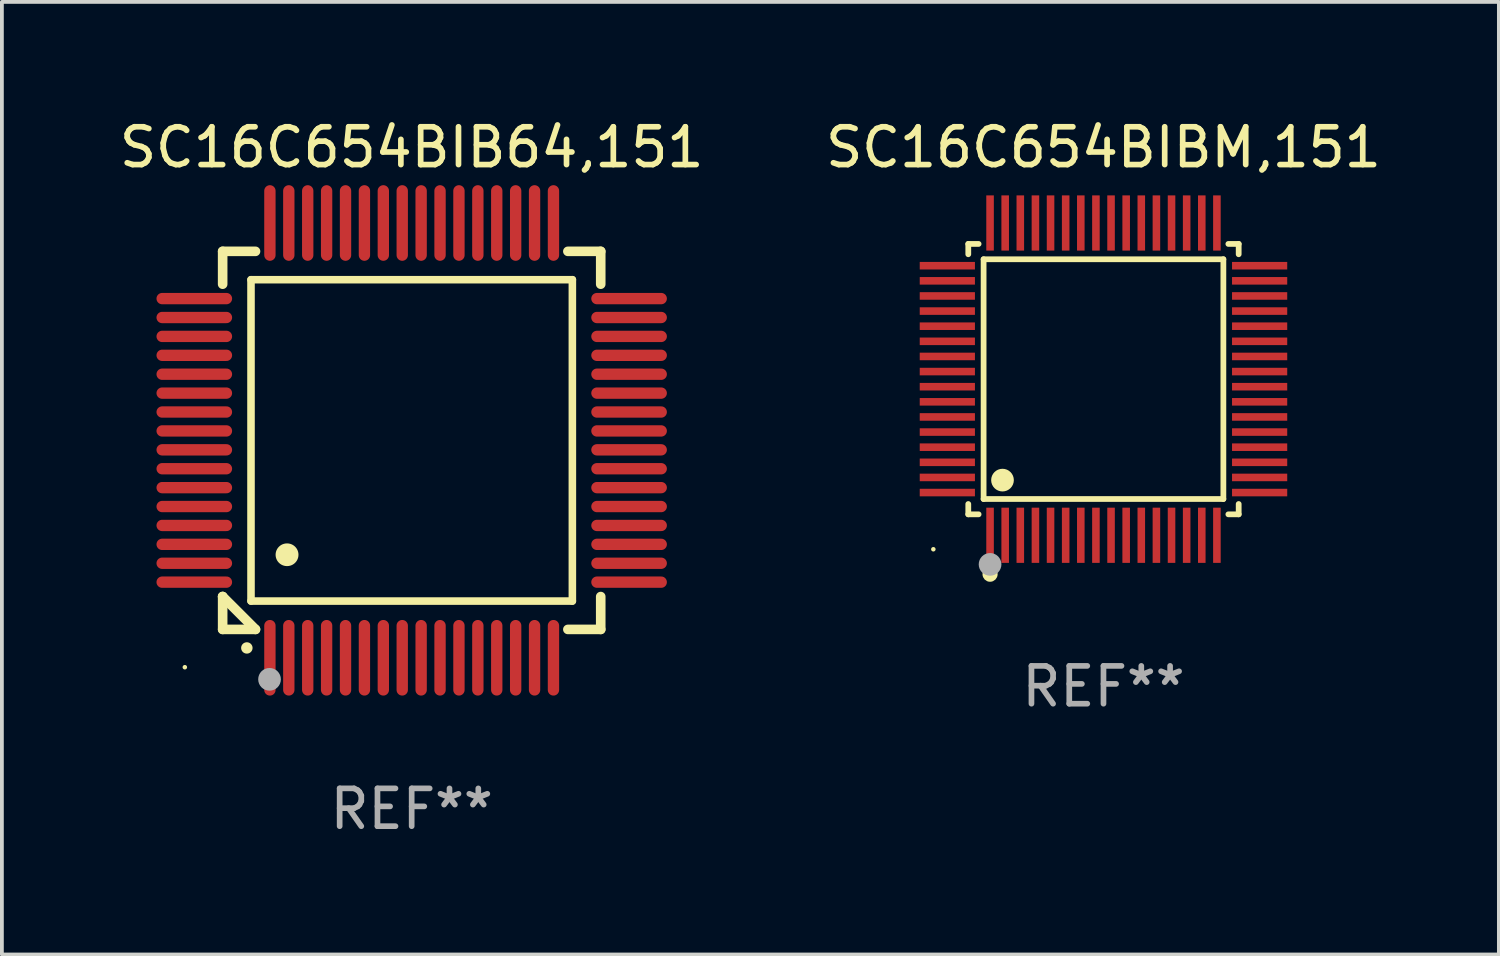
<source format=kicad_pcb>
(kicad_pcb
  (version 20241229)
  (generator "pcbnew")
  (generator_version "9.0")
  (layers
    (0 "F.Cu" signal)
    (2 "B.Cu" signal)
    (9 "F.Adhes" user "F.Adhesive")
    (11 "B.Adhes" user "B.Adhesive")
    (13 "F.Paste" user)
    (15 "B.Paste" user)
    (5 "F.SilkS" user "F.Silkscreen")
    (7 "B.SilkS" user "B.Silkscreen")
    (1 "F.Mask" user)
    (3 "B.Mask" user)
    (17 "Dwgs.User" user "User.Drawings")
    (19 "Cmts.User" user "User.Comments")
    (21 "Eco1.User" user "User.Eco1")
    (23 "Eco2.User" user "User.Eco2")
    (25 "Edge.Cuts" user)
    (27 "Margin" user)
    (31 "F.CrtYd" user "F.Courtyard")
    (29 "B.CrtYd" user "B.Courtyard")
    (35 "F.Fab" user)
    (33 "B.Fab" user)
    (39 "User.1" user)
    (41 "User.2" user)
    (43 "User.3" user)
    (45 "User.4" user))
  (footprint "SC16C654BIBM,151"
    (layer "F.Cu")
    (at 26.137 6.978)
    (property "Reference" "SC16C654BIBM,151" (at 0 -6.13 0) (layer "F.SilkS") (effects (font (size 1 1) (thickness 0.15))))
    (attr through_hole)
    (fp_line (start -3.576 -3.576) (end -3.303 -3.576) (stroke (width 0.152) (type solid)) (layer "F.SilkS"))
    (fp_line (start -3.576 -3.303) (end -3.576 -3.576) (stroke (width 0.152) (type solid)) (layer "F.SilkS"))
    (fp_line (start -3.576 3.303) (end -3.576 3.576) (stroke (width 0.152) (type solid)) (layer "F.SilkS"))
    (fp_line (start -3.576 3.576) (end -3.303 3.576) (stroke (width 0.152) (type solid)) (layer "F.SilkS"))
    (fp_line (start -3.171 -3.171) (end 3.171 -3.171) (stroke (width 0.152) (type solid)) (layer "F.SilkS"))
    (fp_line (start -3.171 3.171) (end -3.171 -3.171) (stroke (width 0.152) (type solid)) (layer "F.SilkS"))
    (fp_line (start 3.171 -3.171) (end 3.171 3.171) (stroke (width 0.152) (type solid)) (layer "F.SilkS"))
    (fp_line (start 3.171 3.171) (end -3.171 3.171) (stroke (width 0.152) (type solid)) (layer "F.SilkS"))
    (fp_line (start 3.576 -3.576) (end 3.303 -3.576) (stroke (width 0.152) (type solid)) (layer "F.SilkS"))
    (fp_line (start 3.576 -3.303) (end 3.576 -3.576) (stroke (width 0.152) (type solid)) (layer "F.SilkS"))
    (fp_line (start 3.576 3.303) (end 3.576 3.576) (stroke (width 0.152) (type solid)) (layer "F.SilkS"))
    (fp_line (start 3.576 3.576) (end 3.303 3.576) (stroke (width 0.152) (type solid)) (layer "F.SilkS"))
    (fp_circle (center -4.5 4.5) (end -4.47 4.5) (stroke (width 0.06) (type solid)) (fill no) (layer "F.SilkS"))
    (fp_circle (center -3 5.16) (end -2.9 5.16) (stroke (width 0.2) (type solid)) (fill no) (layer "F.SilkS"))
    (fp_circle (center -2.671 2.671) (end -2.521 2.671) (stroke (width 0.3) (type solid)) (fill no) (layer "F.SilkS"))
    (fp_circle (center -3 4.9) (end -2.85 4.9) (stroke (width 0.3) (type solid)) (fill no) (layer "F.Fab"))
    (fp_text user "REF**" (at 0 8.13 0) (layer "F.Fab") (effects (font (size 1 1) (thickness 0.15))))
    (pad "1" smd rect (at -3 4.13) (size 0.2 1.46) (layers "F.Cu" "F.Mask" "F.Paste"))
    (pad "2" smd rect (at -2.6 4.13) (size 0.2 1.46) (layers "F.Cu" "F.Mask" "F.Paste"))
    (pad "3" smd rect (at -2.2 4.13) (size 0.2 1.46) (layers "F.Cu" "F.Mask" "F.Paste"))
    (pad "4" smd rect (at -1.8 4.13) (size 0.2 1.46) (layers "F.Cu" "F.Mask" "F.Paste"))
    (pad "5" smd rect (at -1.4 4.13) (size 0.2 1.46) (layers "F.Cu" "F.Mask" "F.Paste"))
    (pad "6" smd rect (at -1 4.13) (size 0.2 1.46) (layers "F.Cu" "F.Mask" "F.Paste"))
    (pad "7" smd rect (at -0.6 4.13) (size 0.2 1.46) (layers "F.Cu" "F.Mask" "F.Paste"))
    (pad "8" smd rect (at -0.2 4.13) (size 0.2 1.46) (layers "F.Cu" "F.Mask" "F.Paste"))
    (pad "9" smd rect (at 0.2 4.13) (size 0.2 1.46) (layers "F.Cu" "F.Mask" "F.Paste"))
    (pad "10" smd rect (at 0.6 4.13) (size 0.2 1.46) (layers "F.Cu" "F.Mask" "F.Paste"))
    (pad "11" smd rect (at 1 4.13) (size 0.2 1.46) (layers "F.Cu" "F.Mask" "F.Paste"))
    (pad "12" smd rect (at 1.4 4.13) (size 0.2 1.46) (layers "F.Cu" "F.Mask" "F.Paste"))
    (pad "13" smd rect (at 1.8 4.13) (size 0.2 1.46) (layers "F.Cu" "F.Mask" "F.Paste"))
    (pad "14" smd rect (at 2.2 4.13) (size 0.2 1.46) (layers "F.Cu" "F.Mask" "F.Paste"))
    (pad "15" smd rect (at 2.6 4.13) (size 0.2 1.46) (layers "F.Cu" "F.Mask" "F.Paste"))
    (pad "16" smd rect (at 3 4.13) (size 0.2 1.46) (layers "F.Cu" "F.Mask" "F.Paste"))
    (pad "17" smd rect (at 4.13 3) (size 1.46 0.2) (layers "F.Cu" "F.Mask" "F.Paste"))
    (pad "18" smd rect (at 4.13 2.6) (size 1.46 0.2) (layers "F.Cu" "F.Mask" "F.Paste"))
    (pad "19" smd rect (at 4.13 2.2) (size 1.46 0.2) (layers "F.Cu" "F.Mask" "F.Paste"))
    (pad "20" smd rect (at 4.13 1.8) (size 1.46 0.2) (layers "F.Cu" "F.Mask" "F.Paste"))
    (pad "21" smd rect (at 4.13 1.4) (size 1.46 0.2) (layers "F.Cu" "F.Mask" "F.Paste"))
    (pad "22" smd rect (at 4.13 1) (size 1.46 0.2) (layers "F.Cu" "F.Mask" "F.Paste"))
    (pad "23" smd rect (at 4.13 0.6) (size 1.46 0.2) (layers "F.Cu" "F.Mask" "F.Paste"))
    (pad "24" smd rect (at 4.13 0.2) (size 1.46 0.2) (layers "F.Cu" "F.Mask" "F.Paste"))
    (pad "25" smd rect (at 4.13 -0.2) (size 1.46 0.2) (layers "F.Cu" "F.Mask" "F.Paste"))
    (pad "26" smd rect (at 4.13 -0.6) (size 1.46 0.2) (layers "F.Cu" "F.Mask" "F.Paste"))
    (pad "27" smd rect (at 4.13 -1) (size 1.46 0.2) (layers "F.Cu" "F.Mask" "F.Paste"))
    (pad "28" smd rect (at 4.13 -1.4) (size 1.46 0.2) (layers "F.Cu" "F.Mask" "F.Paste"))
    (pad "29" smd rect (at 4.13 -1.8) (size 1.46 0.2) (layers "F.Cu" "F.Mask" "F.Paste"))
    (pad "30" smd rect (at 4.13 -2.2) (size 1.46 0.2) (layers "F.Cu" "F.Mask" "F.Paste"))
    (pad "31" smd rect (at 4.13 -2.6) (size 1.46 0.2) (layers "F.Cu" "F.Mask" "F.Paste"))
    (pad "32" smd rect (at 4.13 -3) (size 1.46 0.2) (layers "F.Cu" "F.Mask" "F.Paste"))
    (pad "33" smd rect (at 3 -4.13) (size 0.2 1.46) (layers "F.Cu" "F.Mask" "F.Paste"))
    (pad "34" smd rect (at 2.6 -4.13) (size 0.2 1.46) (layers "F.Cu" "F.Mask" "F.Paste"))
    (pad "35" smd rect (at 2.2 -4.13) (size 0.2 1.46) (layers "F.Cu" "F.Mask" "F.Paste"))
    (pad "36" smd rect (at 1.8 -4.13) (size 0.2 1.46) (layers "F.Cu" "F.Mask" "F.Paste"))
    (pad "37" smd rect (at 1.4 -4.13) (size 0.2 1.46) (layers "F.Cu" "F.Mask" "F.Paste"))
    (pad "38" smd rect (at 1 -4.13) (size 0.2 1.46) (layers "F.Cu" "F.Mask" "F.Paste"))
    (pad "39" smd rect (at 0.6 -4.13) (size 0.2 1.46) (layers "F.Cu" "F.Mask" "F.Paste"))
    (pad "40" smd rect (at 0.2 -4.13) (size 0.2 1.46) (layers "F.Cu" "F.Mask" "F.Paste"))
    (pad "41" smd rect (at -0.2 -4.13) (size 0.2 1.46) (layers "F.Cu" "F.Mask" "F.Paste"))
    (pad "42" smd rect (at -0.6 -4.13) (size 0.2 1.46) (layers "F.Cu" "F.Mask" "F.Paste"))
    (pad "43" smd rect (at -1 -4.13) (size 0.2 1.46) (layers "F.Cu" "F.Mask" "F.Paste"))
    (pad "44" smd rect (at -1.4 -4.13) (size 0.2 1.46) (layers "F.Cu" "F.Mask" "F.Paste"))
    (pad "45" smd rect (at -1.8 -4.13) (size 0.2 1.46) (layers "F.Cu" "F.Mask" "F.Paste"))
    (pad "46" smd rect (at -2.2 -4.13) (size 0.2 1.46) (layers "F.Cu" "F.Mask" "F.Paste"))
    (pad "47" smd rect (at -2.6 -4.13) (size 0.2 1.46) (layers "F.Cu" "F.Mask" "F.Paste"))
    (pad "48" smd rect (at -3 -4.13) (size 0.2 1.46) (layers "F.Cu" "F.Mask" "F.Paste"))
    (pad "49" smd rect (at -4.13 -3) (size 1.46 0.2) (layers "F.Cu" "F.Mask" "F.Paste"))
    (pad "50" smd rect (at -4.13 -2.6) (size 1.46 0.2) (layers "F.Cu" "F.Mask" "F.Paste"))
    (pad "51" smd rect (at -4.13 -2.2) (size 1.46 0.2) (layers "F.Cu" "F.Mask" "F.Paste"))
    (pad "52" smd rect (at -4.13 -1.8) (size 1.46 0.2) (layers "F.Cu" "F.Mask" "F.Paste"))
    (pad "53" smd rect (at -4.13 -1.4) (size 1.46 0.2) (layers "F.Cu" "F.Mask" "F.Paste"))
    (pad "54" smd rect (at -4.13 -1) (size 1.46 0.2) (layers "F.Cu" "F.Mask" "F.Paste"))
    (pad "55" smd rect (at -4.13 -0.6) (size 1.46 0.2) (layers "F.Cu" "F.Mask" "F.Paste"))
    (pad "56" smd rect (at -4.13 -0.2) (size 1.46 0.2) (layers "F.Cu" "F.Mask" "F.Paste"))
    (pad "57" smd rect (at -4.13 0.2) (size 1.46 0.2) (layers "F.Cu" "F.Mask" "F.Paste"))
    (pad "58" smd rect (at -4.13 0.6) (size 1.46 0.2) (layers "F.Cu" "F.Mask" "F.Paste"))
    (pad "59" smd rect (at -4.13 1) (size 1.46 0.2) (layers "F.Cu" "F.Mask" "F.Paste"))
    (pad "60" smd rect (at -4.13 1.4) (size 1.46 0.2) (layers "F.Cu" "F.Mask" "F.Paste"))
    (pad "61" smd rect (at -4.13 1.8) (size 1.46 0.2) (layers "F.Cu" "F.Mask" "F.Paste"))
    (pad "62" smd rect (at -4.13 2.2) (size 1.46 0.2) (layers "F.Cu" "F.Mask" "F.Paste"))
    (pad "63" smd rect (at -4.13 2.6) (size 1.46 0.2) (layers "F.Cu" "F.Mask" "F.Paste"))
    (pad "64" smd rect (at -4.13 3) (size 1.46 0.2) (layers "F.Cu" "F.Mask" "F.Paste")))
  (footprint "SC16C654BIB64,151"
    (layer "F.Cu")
    (at 7.839 8.598)
    (property "Reference" "SC16C654BIB64,151" (at 0 -7.75 0) (layer "F.SilkS") (effects (font (size 1 1) (thickness 0.15))))
    (attr through_hole)
    (fp_line (start -5 -5) (end -4.131 -5) (stroke (width 0.254) (type solid)) (layer "F.SilkS"))
    (fp_line (start -5 -4.131) (end -5 -5) (stroke (width 0.254) (type solid)) (layer "F.SilkS"))
    (fp_line (start -5 4.131) (end -5 4.131) (stroke (width 0.254) (type solid)) (layer "F.SilkS"))
    (fp_line (start -5 5) (end -5 4.131) (stroke (width 0.254) (type solid)) (layer "F.SilkS"))
    (fp_line (start -5 4.131) (end -4.131 5) (stroke (width 0.254) (type solid)) (layer "F.SilkS"))
    (fp_line (start -4.25 -4.25) (end -4.25 4.25) (stroke (width 0.2) (type solid)) (layer "F.SilkS"))
    (fp_line (start -4.25 4.25) (end 4.25 4.25) (stroke (width 0.2) (type solid)) (layer "F.SilkS"))
    (fp_line (start -4.131 5) (end -5 5) (stroke (width 0.254) (type solid)) (layer "F.SilkS"))
    (fp_line (start 4.25 -4.25) (end -4.25 -4.25) (stroke (width 0.2) (type solid)) (layer "F.SilkS"))
    (fp_line (start 4.25 4.25) (end 4.25 -4.25) (stroke (width 0.2) (type solid)) (layer "F.SilkS"))
    (fp_line (start 5 -5) (end 4.131 -5) (stroke (width 0.254) (type solid)) (layer "F.SilkS"))
    (fp_line (start 5 -5) (end 5 -4.131) (stroke (width 0.254) (type solid)) (layer "F.SilkS"))
    (fp_line (start 5 4.131) (end 5 5) (stroke (width 0.254) (type solid)) (layer "F.SilkS"))
    (fp_line (start 5 5) (end 4.131 5) (stroke (width 0.254) (type solid)) (layer "F.SilkS"))
    (fp_arc (start -4.361265 5.489992) (mid -4.359995 5.489987) (end -4.358725 5.489992) (stroke (width 0.3) (type solid)) (layer "F.SilkS"))
    (fp_arc (start -3.299467 3.025146) (mid -3.296927 3.025135) (end -3.294387 3.025146) (stroke (width 0.6) (type solid)) (layer "F.SilkS"))
    (fp_circle (center -6 6) (end -5.97 6) (stroke (width 0.06) (type solid)) (fill no) (layer "F.SilkS"))
    (fp_circle (center -3.76 6.32) (end -3.61 6.32) (stroke (width 0.3) (type solid)) (fill no) (layer "F.Fab"))
    (fp_text user "REF**" (at 0 9.75 0) (layer "F.Fab") (effects (font (size 1 1) (thickness 0.15))))
    (pad "1" smd oval (at -3.75 5.75) (size 0.3 2) (layers "F.Cu" "F.Mask" "F.Paste"))
    (pad "2" smd oval (at -3.25 5.75) (size 0.3 2) (layers "F.Cu" "F.Mask" "F.Paste"))
    (pad "3" smd oval (at -2.75 5.75) (size 0.3 2) (layers "F.Cu" "F.Mask" "F.Paste"))
    (pad "4" smd oval (at -2.25 5.75) (size 0.3 2) (layers "F.Cu" "F.Mask" "F.Paste"))
    (pad "5" smd oval (at -1.75 5.75) (size 0.3 2) (layers "F.Cu" "F.Mask" "F.Paste"))
    (pad "6" smd oval (at -1.25 5.75) (size 0.3 2) (layers "F.Cu" "F.Mask" "F.Paste"))
    (pad "7" smd oval (at -0.75 5.75) (size 0.3 2) (layers "F.Cu" "F.Mask" "F.Paste"))
    (pad "8" smd oval (at -0.25 5.75) (size 0.3 2) (layers "F.Cu" "F.Mask" "F.Paste"))
    (pad "9" smd oval (at 0.25 5.75) (size 0.3 2) (layers "F.Cu" "F.Mask" "F.Paste"))
    (pad "10" smd oval (at 0.75 5.75) (size 0.3 2) (layers "F.Cu" "F.Mask" "F.Paste"))
    (pad "11" smd oval (at 1.25 5.75) (size 0.3 2) (layers "F.Cu" "F.Mask" "F.Paste"))
    (pad "12" smd oval (at 1.75 5.75) (size 0.3 2) (layers "F.Cu" "F.Mask" "F.Paste"))
    (pad "13" smd oval (at 2.25 5.75) (size 0.3 2) (layers "F.Cu" "F.Mask" "F.Paste"))
    (pad "14" smd oval (at 2.75 5.75) (size 0.3 2) (layers "F.Cu" "F.Mask" "F.Paste"))
    (pad "15" smd oval (at 3.25 5.75) (size 0.3 2) (layers "F.Cu" "F.Mask" "F.Paste"))
    (pad "16" smd oval (at 3.75 5.75) (size 0.3 2) (layers "F.Cu" "F.Mask" "F.Paste"))
    (pad "17" smd oval (at 5.75 3.75) (size 2 0.3) (layers "F.Cu" "F.Mask" "F.Paste"))
    (pad "18" smd oval (at 5.75 3.25) (size 2 0.3) (layers "F.Cu" "F.Mask" "F.Paste"))
    (pad "19" smd oval (at 5.75 2.75) (size 2 0.3) (layers "F.Cu" "F.Mask" "F.Paste"))
    (pad "20" smd oval (at 5.75 2.25) (size 2 0.3) (layers "F.Cu" "F.Mask" "F.Paste"))
    (pad "21" smd oval (at 5.75 1.75) (size 2 0.3) (layers "F.Cu" "F.Mask" "F.Paste"))
    (pad "22" smd oval (at 5.75 1.25) (size 2 0.3) (layers "F.Cu" "F.Mask" "F.Paste"))
    (pad "23" smd oval (at 5.75 0.75) (size 2 0.3) (layers "F.Cu" "F.Mask" "F.Paste"))
    (pad "24" smd oval (at 5.75 0.25) (size 2 0.3) (layers "F.Cu" "F.Mask" "F.Paste"))
    (pad "25" smd oval (at 5.75 -0.25) (size 2 0.3) (layers "F.Cu" "F.Mask" "F.Paste"))
    (pad "26" smd oval (at 5.75 -0.75) (size 2 0.3) (layers "F.Cu" "F.Mask" "F.Paste"))
    (pad "27" smd oval (at 5.75 -1.25) (size 2 0.3) (layers "F.Cu" "F.Mask" "F.Paste"))
    (pad "28" smd oval (at 5.75 -1.75) (size 2 0.3) (layers "F.Cu" "F.Mask" "F.Paste"))
    (pad "29" smd oval (at 5.75 -2.25) (size 2 0.3) (layers "F.Cu" "F.Mask" "F.Paste"))
    (pad "30" smd oval (at 5.75 -2.75) (size 2 0.3) (layers "F.Cu" "F.Mask" "F.Paste"))
    (pad "31" smd oval (at 5.75 -3.25) (size 2 0.3) (layers "F.Cu" "F.Mask" "F.Paste"))
    (pad "32" smd oval (at 5.75 -3.75) (size 2 0.3) (layers "F.Cu" "F.Mask" "F.Paste"))
    (pad "33" smd oval (at 3.75 -5.75) (size 0.3 2) (layers "F.Cu" "F.Mask" "F.Paste"))
    (pad "34" smd oval (at 3.25 -5.75) (size 0.3 2) (layers "F.Cu" "F.Mask" "F.Paste"))
    (pad "35" smd oval (at 2.75 -5.75) (size 0.3 2) (layers "F.Cu" "F.Mask" "F.Paste"))
    (pad "36" smd oval (at 2.25 -5.75) (size 0.3 2) (layers "F.Cu" "F.Mask" "F.Paste"))
    (pad "37" smd oval (at 1.75 -5.75) (size 0.3 2) (layers "F.Cu" "F.Mask" "F.Paste"))
    (pad "38" smd oval (at 1.25 -5.75) (size 0.3 2) (layers "F.Cu" "F.Mask" "F.Paste"))
    (pad "39" smd oval (at 0.75 -5.75) (size 0.3 2) (layers "F.Cu" "F.Mask" "F.Paste"))
    (pad "40" smd oval (at 0.25 -5.75) (size 0.3 2) (layers "F.Cu" "F.Mask" "F.Paste"))
    (pad "41" smd oval (at -0.25 -5.75) (size 0.3 2) (layers "F.Cu" "F.Mask" "F.Paste"))
    (pad "42" smd oval (at -0.75 -5.75) (size 0.3 2) (layers "F.Cu" "F.Mask" "F.Paste"))
    (pad "43" smd oval (at -1.25 -5.75) (size 0.3 2) (layers "F.Cu" "F.Mask" "F.Paste"))
    (pad "44" smd oval (at -1.75 -5.75) (size 0.3 2) (layers "F.Cu" "F.Mask" "F.Paste"))
    (pad "45" smd oval (at -2.25 -5.75) (size 0.3 2) (layers "F.Cu" "F.Mask" "F.Paste"))
    (pad "46" smd oval (at -2.75 -5.75) (size 0.3 2) (layers "F.Cu" "F.Mask" "F.Paste"))
    (pad "47" smd oval (at -3.25 -5.75) (size 0.3 2) (layers "F.Cu" "F.Mask" "F.Paste"))
    (pad "48" smd oval (at -3.75 -5.75) (size 0.3 2) (layers "F.Cu" "F.Mask" "F.Paste"))
    (pad "49" smd oval (at -5.75 -3.75) (size 2 0.3) (layers "F.Cu" "F.Mask" "F.Paste"))
    (pad "50" smd oval (at -5.75 -3.25) (size 2 0.3) (layers "F.Cu" "F.Mask" "F.Paste"))
    (pad "51" smd oval (at -5.75 -2.75) (size 2 0.3) (layers "F.Cu" "F.Mask" "F.Paste"))
    (pad "52" smd oval (at -5.75 -2.25) (size 2 0.3) (layers "F.Cu" "F.Mask" "F.Paste"))
    (pad "53" smd oval (at -5.75 -1.75) (size 2 0.3) (layers "F.Cu" "F.Mask" "F.Paste"))
    (pad "54" smd oval (at -5.75 -1.25) (size 2 0.3) (layers "F.Cu" "F.Mask" "F.Paste"))
    (pad "55" smd oval (at -5.75 -0.75) (size 2 0.3) (layers "F.Cu" "F.Mask" "F.Paste"))
    (pad "56" smd oval (at -5.75 -0.25) (size 2 0.3) (layers "F.Cu" "F.Mask" "F.Paste"))
    (pad "57" smd oval (at -5.75 0.25) (size 2 0.3) (layers "F.Cu" "F.Mask" "F.Paste"))
    (pad "58" smd oval (at -5.75 0.75) (size 2 0.3) (layers "F.Cu" "F.Mask" "F.Paste"))
    (pad "59" smd oval (at -5.75 1.25) (size 2 0.3) (layers "F.Cu" "F.Mask" "F.Paste"))
    (pad "60" smd oval (at -5.75 1.75) (size 2 0.3) (layers "F.Cu" "F.Mask" "F.Paste"))
    (pad "61" smd oval (at -5.75 2.25) (size 2 0.3) (layers "F.Cu" "F.Mask" "F.Paste"))
    (pad "62" smd oval (at -5.75 2.75) (size 2 0.3) (layers "F.Cu" "F.Mask" "F.Paste"))
    (pad "63" smd oval (at -5.75 3.25) (size 2 0.3) (layers "F.Cu" "F.Mask" "F.Paste"))
    (pad "64" smd oval (at -5.75 3.75) (size 2 0.3) (layers "F.Cu" "F.Mask" "F.Paste")))
  (gr_rect
    (start -3 -3)
    (end 36.595 22.196)
    (stroke (width 0.1) (type default))
    (fill no)
    (layer "Edge.Cuts")))
</source>
